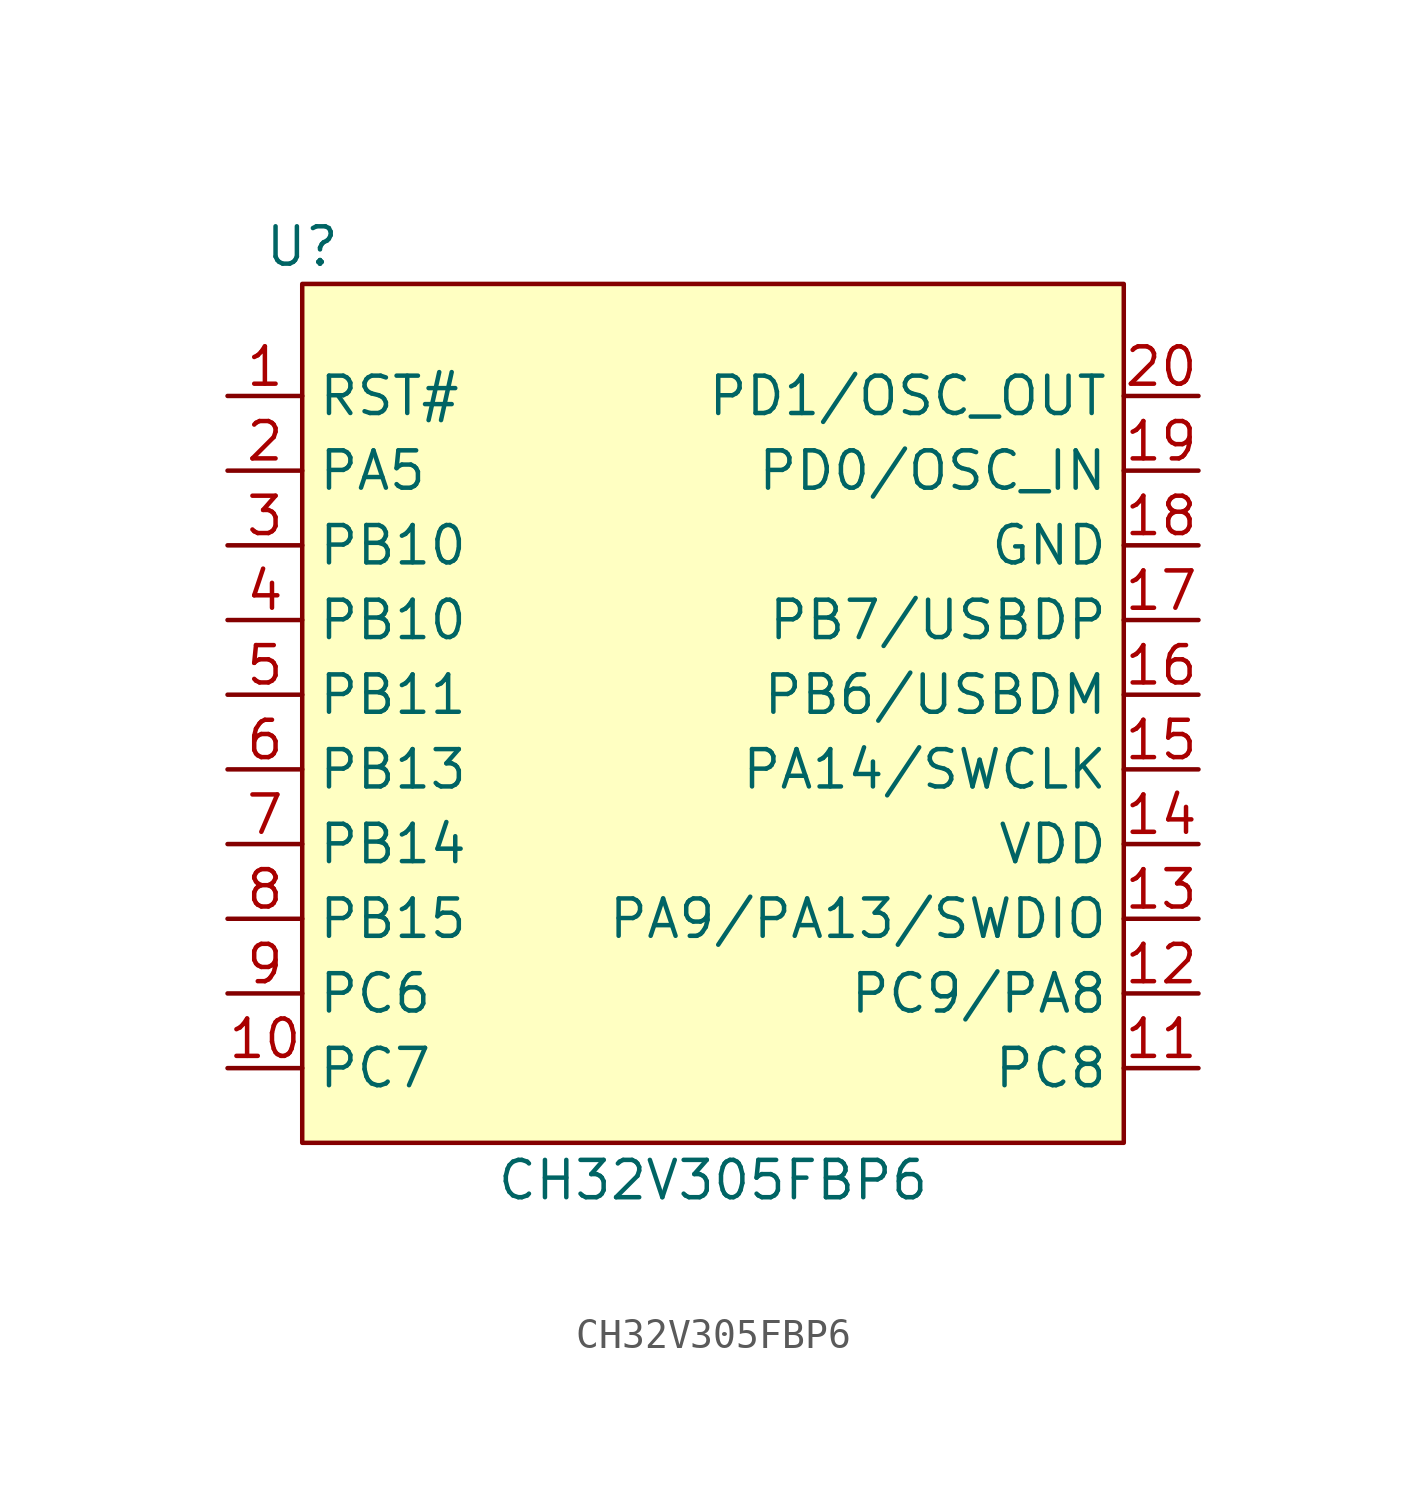
<source format=kicad_sym>
(kicad_symbol_lib
  (version 20220914)
  (generator kicad_symbol_editor)
  (symbol "CH32V305FBP6"
    (property "Reference" "U"
      (at -13.97 15.24 0)
      (effects (font (size 1.27 1.27))))
    (property "Value" "CH32V305FBP6"
      (at 0 -16.51 0)
      (effects (font (size 1.27 1.27))))
    (symbol "CH32V305FBP6_1_1"
      (rectangle (start -13.97 13.97) (end 13.97 -15.24) (stroke (width 0) (type default)) (fill (type background)))
      (pin input line (at -16.51 10.16 0) (length 2.54) (name "RST#" (effects (font (size 1.27 1.27)))) (number "1" (effects (font (size 1.27 1.27)))))
      (pin input line (at -16.51 -12.7 0) (length 2.54) (name "PC7" (effects (font (size 1.27 1.27)))) (number "10" (effects (font (size 1.27 1.27)))))
      (pin input line (at 16.51 -12.7 180) (length 2.54) (name "PC8" (effects (font (size 1.27 1.27)))) (number "11" (effects (font (size 1.27 1.27)))))
      (pin input line (at 16.51 -10.16 180) (length 2.54) (name "PC9/PA8" (effects (font (size 1.27 1.27)))) (number "12" (effects (font (size 1.27 1.27)))))
      (pin input line (at 16.51 -7.62 180) (length 2.54) (name "PA9/PA13/SWDIO" (effects (font (size 1.27 1.27)))) (number "13" (effects (font (size 1.27 1.27)))))
      (pin input line (at 16.51 -5.08 180) (length 2.54) (name "VDD" (effects (font (size 1.27 1.27)))) (number "14" (effects (font (size 1.27 1.27)))))
      (pin input line (at 16.51 -2.54 180) (length 2.54) (name "PA14/SWCLK" (effects (font (size 1.27 1.27)))) (number "15" (effects (font (size 1.27 1.27)))))
      (pin input line (at 16.51 0 180) (length 2.54) (name "PB6/USBDM" (effects (font (size 1.27 1.27)))) (number "16" (effects (font (size 1.27 1.27)))))
      (pin input line (at 16.51 2.54 180) (length 2.54) (name "PB7/USBDP" (effects (font (size 1.27 1.27)))) (number "17" (effects (font (size 1.27 1.27)))))
      (pin input line (at 16.51 5.08 180) (length 2.54) (name "GND" (effects (font (size 1.27 1.27)))) (number "18" (effects (font (size 1.27 1.27)))))
      (pin input line (at 16.51 7.62 180) (length 2.54) (name "PD0/OSC_IN" (effects (font (size 1.27 1.27)))) (number "19" (effects (font (size 1.27 1.27)))))
      (pin input line (at -16.51 7.62 0) (length 2.54) (name "PA5" (effects (font (size 1.27 1.27)))) (number "2" (effects (font (size 1.27 1.27)))))
      (pin input line (at 16.51 10.16 180) (length 2.54) (name "PD1/OSC_OUT" (effects (font (size 1.27 1.27)))) (number "20" (effects (font (size 1.27 1.27)))))
      (pin input line (at -16.51 5.08 0) (length 2.54) (name "PB10" (effects (font (size 1.27 1.27)))) (number "3" (effects (font (size 1.27 1.27)))))
      (pin input line (at -16.51 2.54 0) (length 2.54) (name "PB10" (effects (font (size 1.27 1.27)))) (number "4" (effects (font (size 1.27 1.27)))))
      (pin input line (at -16.51 0 0) (length 2.54) (name "PB11" (effects (font (size 1.27 1.27)))) (number "5" (effects (font (size 1.27 1.27)))))
      (pin input line (at -16.51 -2.54 0) (length 2.54) (name "PB13" (effects (font (size 1.27 1.27)))) (number "6" (effects (font (size 1.27 1.27)))))
      (pin input line (at -16.51 -5.08 0) (length 2.54) (name "PB14" (effects (font (size 1.27 1.27)))) (number "7" (effects (font (size 1.27 1.27)))))
      (pin input line (at -16.51 -7.62 0) (length 2.54) (name "PB15" (effects (font (size 1.27 1.27)))) (number "8" (effects (font (size 1.27 1.27)))))
      (pin input line (at -16.51 -10.16 0) (length 2.54) (name "PC6" (effects (font (size 1.27 1.27)))) (number "9" (effects (font (size 1.27 1.27))))))))
</source>
